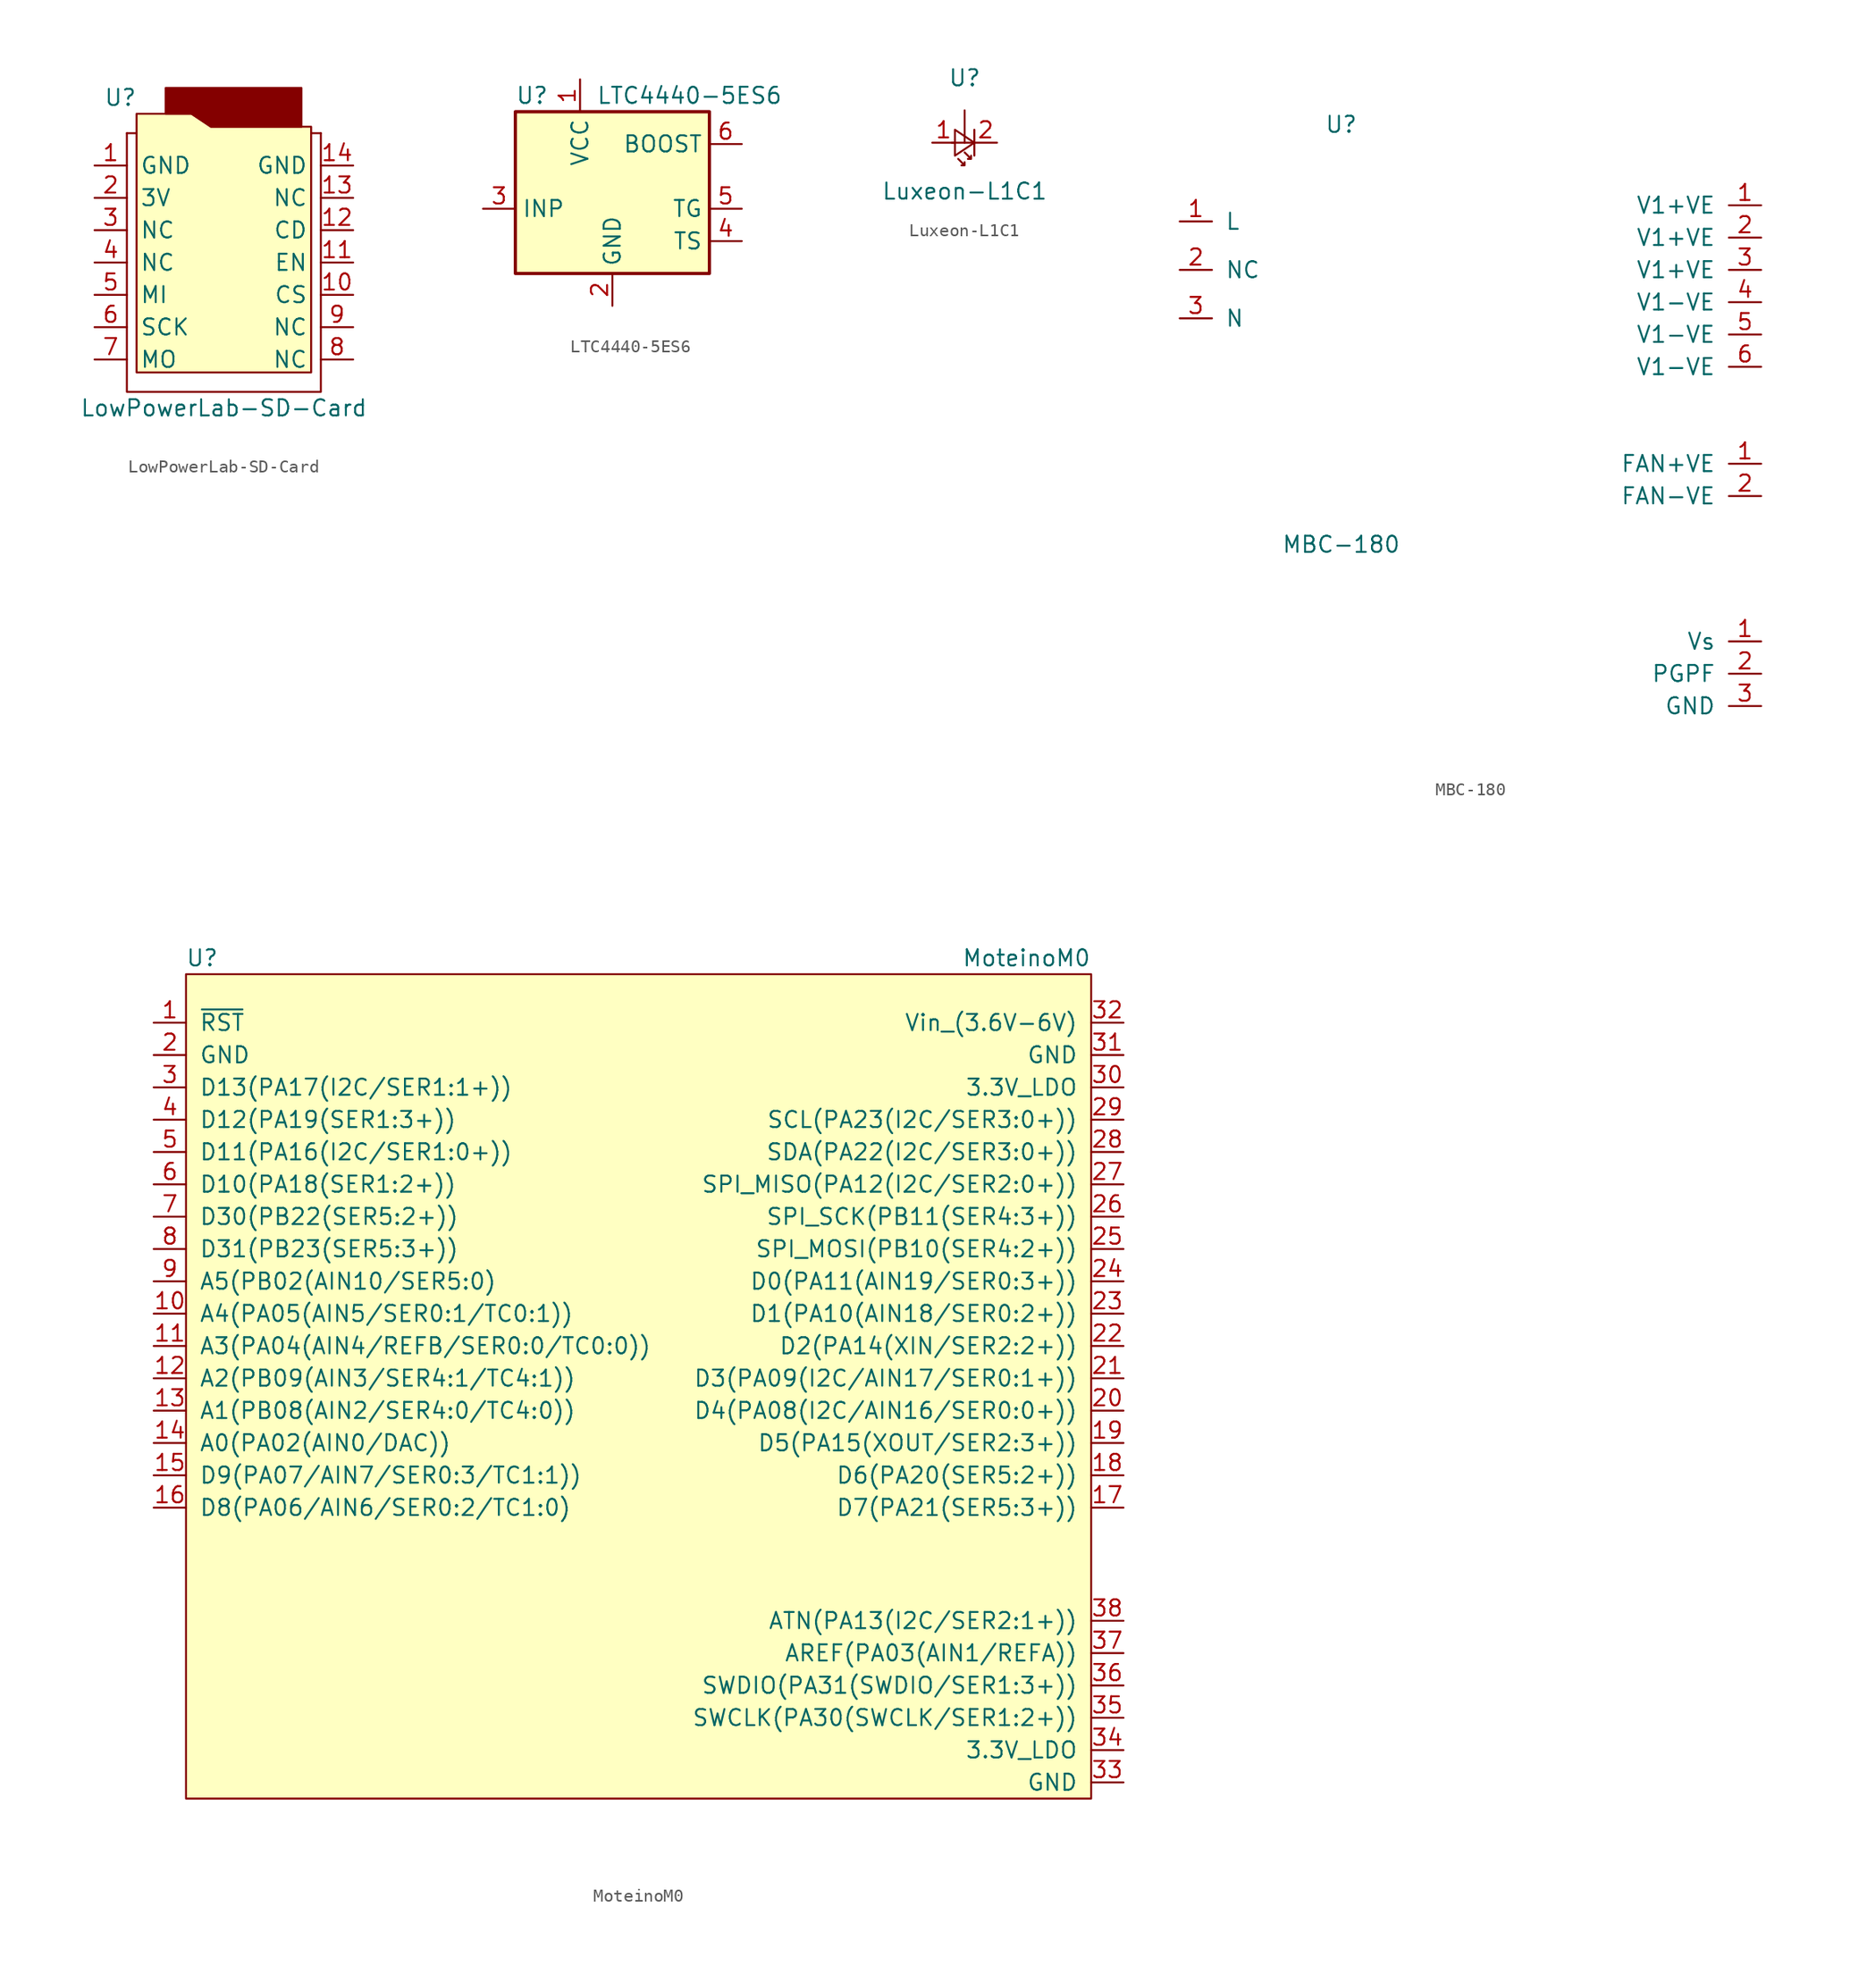
<source format=kicad_sym>
(kicad_symbol_lib
  (version 20211014)
  (generator kicad_symbol_editor)
  (symbol "LowPowerLab-SD-Card"
    (pin_names
      (offset 1.016))
    (property "Reference" "U"
      (at -8.128 12.954 0)
      (effects (font (size 1.27 1.27))))
    (property "Value" "LowPowerLab-SD-Card"
      (at 0 -11.43 0)
      (effects (font (size 1.27 1.27))))
    (symbol "LowPowerLab-SD-Card_0_1"
      (polyline (pts (xy -7.62 10.16) (xy -6.858 10.16)) (stroke (width 0) (type default) (color 0 0 0 0)) (fill (type none)))
      (polyline (pts (xy 7.62 10.16) (xy 6.858 10.16)) (stroke (width 0) (type default) (color 0 0 0 0)) (fill (type none)))
      (polyline (pts (xy -7.62 10.16) (xy -7.62 -10.16) (xy 7.62 -10.16) (xy 7.62 10.16)) (stroke (width 0) (type default) (color 0 0 0 0)) (fill (type none)))
      (polyline (pts (xy -4.572 11.684) (xy -4.572 13.716) (xy 6.096 13.716) (xy 6.096 10.668) (xy -1.016 10.668) (xy -2.54 11.684) (xy -4.572 11.684)) (stroke (width 0) (type default) (color 0 0 0 0)) (fill (type outline)))
      (polyline (pts (xy -6.858 10.16) (xy -6.858 11.684) (xy -2.54 11.684) (xy -1.016 10.668) (xy 6.858 10.668) (xy 6.858 -8.636) (xy -6.858 -8.636) (xy -6.858 10.16)) (stroke (width 0) (type default) (color 0 0 0 0)) (fill (type background))))
    (symbol "LowPowerLab-SD-Card_1_1"
      (pin input line (at -10.16 7.62 0) (length 2.54) (name "GND" (effects (font (size 1.27 1.27)))) (number "1" (effects (font (size 1.27 1.27)))))
      (pin input line (at 10.16 -2.54 180) (length 2.54) (name "CS" (effects (font (size 1.27 1.27)))) (number "10" (effects (font (size 1.27 1.27)))))
      (pin input line (at 10.16 0 180) (length 2.54) (name "EN" (effects (font (size 1.27 1.27)))) (number "11" (effects (font (size 1.27 1.27)))))
      (pin input line (at 10.16 2.54 180) (length 2.54) (name "CD" (effects (font (size 1.27 1.27)))) (number "12" (effects (font (size 1.27 1.27)))))
      (pin input line (at 10.16 5.08 180) (length 2.54) (name "NC" (effects (font (size 1.27 1.27)))) (number "13" (effects (font (size 1.27 1.27)))))
      (pin input line (at 10.16 7.62 180) (length 2.54) (name "GND" (effects (font (size 1.27 1.27)))) (number "14" (effects (font (size 1.27 1.27)))))
      (pin input line (at -10.16 5.08 0) (length 2.54) (name "3V" (effects (font (size 1.27 1.27)))) (number "2" (effects (font (size 1.27 1.27)))))
      (pin input line (at -10.16 2.54 0) (length 2.54) (name "NC" (effects (font (size 1.27 1.27)))) (number "3" (effects (font (size 1.27 1.27)))))
      (pin input line (at -10.16 0 0) (length 2.54) (name "NC" (effects (font (size 1.27 1.27)))) (number "4" (effects (font (size 1.27 1.27)))))
      (pin input line (at -10.16 -2.54 0) (length 2.54) (name "MI" (effects (font (size 1.27 1.27)))) (number "5" (effects (font (size 1.27 1.27)))))
      (pin input line (at -10.16 -5.08 0) (length 2.54) (name "SCK" (effects (font (size 1.27 1.27)))) (number "6" (effects (font (size 1.27 1.27)))))
      (pin input line (at -10.16 -7.62 0) (length 2.54) (name "MO" (effects (font (size 1.27 1.27)))) (number "7" (effects (font (size 1.27 1.27)))))
      (pin input line (at 10.16 -7.62 180) (length 2.54) (name "NC" (effects (font (size 1.27 1.27)))) (number "8" (effects (font (size 1.27 1.27)))))
      (pin input line (at 10.16 -5.08 180) (length 2.54) (name "NC" (effects (font (size 1.27 1.27)))) (number "9" (effects (font (size 1.27 1.27)))))))
  (symbol "LTC4440-5ES6"
    (property "Reference" "U"
      (at -7.62 8.89 0)
      (effects (font (size 1.27 1.27)) (justify left)))
    (property "Value" "LTC4440-5ES6"
      (at -1.27 8.89 0)
      (effects (font (size 1.27 1.27)) (justify left)))
    (symbol "LTC4440-5ES6_0_1"
      (rectangle (start -7.62 7.62) (end 7.62 -5.08) (stroke (width 0.254) (type default) (color 0 0 0 0)) (fill (type background))))
    (symbol "LTC4440-5ES6_1_1"
      (pin power_in line (at -2.54 10.16 270) (length 2.54) (name "VCC" (effects (font (size 1.27 1.27)))) (number "1" (effects (font (size 1.27 1.27)))))
      (pin power_in line (at 0 -7.62 90) (length 2.54) (name "GND" (effects (font (size 1.27 1.27)))) (number "2" (effects (font (size 1.27 1.27)))))
      (pin input line (at -10.16 0 0) (length 2.54) (name "INP" (effects (font (size 1.27 1.27)))) (number "3" (effects (font (size 1.27 1.27)))))
      (pin input line (at 10.16 -2.54 180) (length 2.54) (name "TS" (effects (font (size 1.27 1.27)))) (number "4" (effects (font (size 1.27 1.27)))))
      (pin output line (at 10.16 0 180) (length 2.54) (name "TG" (effects (font (size 1.27 1.27)))) (number "5" (effects (font (size 1.27 1.27)))))
      (pin input line (at 10.16 5.08 180) (length 2.54) (name "BOOST" (effects (font (size 1.27 1.27)))) (number "6" (effects (font (size 1.27 1.27)))))))
  (symbol "Luxeon-L1C1"
    (pin_names
      (offset 1.016))
    (property "Reference" "U"
      (at 0 5.08 0)
      (effects (font (size 1.27 1.27))))
    (property "Value" "Luxeon-L1C1"
      (at 0 -3.81 0)
      (effects (font (size 1.27 1.27))))
    (symbol "Luxeon-L1C1_1_1"
      (polyline (pts (xy -1.016 0) (xy 0.762 0)) (stroke (width 0) (type default) (color 0 0 0 0)) (fill (type none)))
      (polyline (pts (xy 0.762 1.016) (xy 0.762 -1.016)) (stroke (width 0) (type default) (color 0 0 0 0)) (fill (type none)))
      (polyline (pts (xy -0.762 1.016) (xy 0.762 0) (xy -0.762 -1.016) (xy -0.762 1.016)) (stroke (width 0) (type default) (color 0 0 0 0)) (fill (type none)))
      (polyline (pts (xy -0.508 -1.27) (xy 0 -1.778) (xy -0.254 -1.778) (xy 0 -1.778) (xy 0 -1.524)) (stroke (width 0) (type default) (color 0 0 0 0)) (fill (type none)))
      (polyline (pts (xy 0 -0.762) (xy 0.508 -1.27) (xy 0.254 -1.27) (xy 0.508 -1.27) (xy 0.508 -1.016)) (stroke (width 0) (type default) (color 0 0 0 0)) (fill (type none)))
      (pin passive line (at -2.54 0 0) (length 1.778) (name "A" (effects (font (size 0 0)))) (number "1" (effects (font (size 1.27 1.27)))))
      (pin passive line (at 2.54 0 180) (length 1.778) (name "K" (effects (font (size 0 0)))) (number "2" (effects (font (size 1.27 1.27)))))
      (pin output line (at 0 2.54 270) (length 2.54) (name "THERM" (effects (font (size 0 0)))) (number "3" (effects (font (size 0 0)))))))
  (symbol "MBC-180"
    (pin_names
      (offset 1.016))
    (property "Reference" "U"
      (at 0 16.51 0)
      (effects (font (size 1.27 1.27))))
    (property "Value" "MBC-180"
      (at 0 -16.51 0)
      (effects (font (size 1.27 1.27))))
    (symbol "MBC-180_1_1"
      (pin input line (at 33.02 -10.16 180) (length 2.54) (name "FAN+VE" (effects (font (size 1.27 1.27)))) (number "1" (effects (font (size 1.27 1.27)))))
      (pin input line (at -12.7 8.89 0) (length 2.54) (name "L" (effects (font (size 1.27 1.27)))) (number "1" (effects (font (size 1.27 1.27)))))
      (pin input line (at 33.02 10.16 180) (length 2.54) (name "V1+VE" (effects (font (size 1.27 1.27)))) (number "1" (effects (font (size 1.27 1.27)))))
      (pin input line (at 33.02 -24.13 180) (length 2.54) (name "Vs" (effects (font (size 1.27 1.27)))) (number "1" (effects (font (size 1.27 1.27)))))
      (pin input line (at 33.02 -12.7 180) (length 2.54) (name "FAN-VE" (effects (font (size 1.27 1.27)))) (number "2" (effects (font (size 1.27 1.27)))))
      (pin input line (at -12.7 5.08 0) (length 2.54) (name "NC" (effects (font (size 1.27 1.27)))) (number "2" (effects (font (size 1.27 1.27)))))
      (pin input line (at 33.02 -26.67 180) (length 2.54) (name "PGPF" (effects (font (size 1.27 1.27)))) (number "2" (effects (font (size 1.27 1.27)))))
      (pin input line (at 33.02 7.62 180) (length 2.54) (name "V1+VE" (effects (font (size 1.27 1.27)))) (number "2" (effects (font (size 1.27 1.27)))))
      (pin input line (at 33.02 -29.21 180) (length 2.54) (name "GND" (effects (font (size 1.27 1.27)))) (number "3" (effects (font (size 1.27 1.27)))))
      (pin input line (at -12.7 1.27 0) (length 2.54) (name "N" (effects (font (size 1.27 1.27)))) (number "3" (effects (font (size 1.27 1.27)))))
      (pin input line (at 33.02 5.08 180) (length 2.54) (name "V1+VE" (effects (font (size 1.27 1.27)))) (number "3" (effects (font (size 1.27 1.27)))))
      (pin input line (at 33.02 2.54 180) (length 2.54) (name "V1-VE" (effects (font (size 1.27 1.27)))) (number "4" (effects (font (size 1.27 1.27)))))
      (pin input line (at 33.02 0 180) (length 2.54) (name "V1-VE" (effects (font (size 1.27 1.27)))) (number "5" (effects (font (size 1.27 1.27)))))
      (pin input line (at 33.02 -2.54 180) (length 2.54) (name "V1-VE" (effects (font (size 1.27 1.27)))) (number "6" (effects (font (size 1.27 1.27)))))))
  (symbol "MoteinoM0"
    (pin_names
      (offset 1.016))
    (property "Reference" "U"
      (at -15.24 26.67 0)
      (effects (font (size 1.27 1.27))))
    (property "Value" "MoteinoM0"
      (at 49.53 26.67 0)
      (effects (font (size 1.27 1.27))))
    (symbol "MoteinoM0_0_1"
      (rectangle (start -16.51 25.4) (end 54.61 -39.37) (stroke (width 0) (type default) (color 0 0 0 0)) (fill (type background))))
    (symbol "MoteinoM0_1_1"
      (pin bidirectional line (at -19.05 21.59 0) (length 2.54) (name "~{RST}" (effects (font (size 1.27 1.27)))) (number "1" (effects (font (size 1.27 1.27)))))
      (pin bidirectional line (at -19.05 -1.27 0) (length 2.54) (name "A4(PA05(AIN5/SER0:1/TC0:1))" (effects (font (size 1.27 1.27)))) (number "10" (effects (font (size 1.27 1.27)))))
      (pin bidirectional line (at -19.05 -3.81 0) (length 2.54) (name "A3(PA04(AIN4/REFB/SER0:0/TC0:0))" (effects (font (size 1.27 1.27)))) (number "11" (effects (font (size 1.27 1.27)))))
      (pin bidirectional line (at -19.05 -6.35 0) (length 2.54) (name "A2(PB09(AIN3/SER4:1/TC4:1))" (effects (font (size 1.27 1.27)))) (number "12" (effects (font (size 1.27 1.27)))))
      (pin bidirectional line (at -19.05 -8.89 0) (length 2.54) (name "A1(PB08(AIN2/SER4:0/TC4:0))" (effects (font (size 1.27 1.27)))) (number "13" (effects (font (size 1.27 1.27)))))
      (pin bidirectional line (at -19.05 -11.43 0) (length 2.54) (name "A0(PA02(AIN0/DAC))" (effects (font (size 1.27 1.27)))) (number "14" (effects (font (size 1.27 1.27)))))
      (pin bidirectional line (at -19.05 -13.97 0) (length 2.54) (name "D9(PA07/AIN7/SER0:3/TC1:1))" (effects (font (size 1.27 1.27)))) (number "15" (effects (font (size 1.27 1.27)))))
      (pin bidirectional line (at -19.05 -16.51 0) (length 2.54) (name "D8(PA06/AIN6/SER0:2/TC1:0)" (effects (font (size 1.27 1.27)))) (number "16" (effects (font (size 1.27 1.27)))))
      (pin bidirectional line (at 57.15 -16.51 180) (length 2.54) (name "D7(PA21(SER5:3+))" (effects (font (size 1.27 1.27)))) (number "17" (effects (font (size 1.27 1.27)))))
      (pin bidirectional line (at 57.15 -13.97 180) (length 2.54) (name "D6(PA20(SER5:2+))" (effects (font (size 1.27 1.27)))) (number "18" (effects (font (size 1.27 1.27)))))
      (pin bidirectional line (at 57.15 -11.43 180) (length 2.54) (name "D5(PA15(XOUT/SER2:3+))" (effects (font (size 1.27 1.27)))) (number "19" (effects (font (size 1.27 1.27)))))
      (pin bidirectional line (at -19.05 19.05 0) (length 2.54) (name "GND" (effects (font (size 1.27 1.27)))) (number "2" (effects (font (size 1.27 1.27)))))
      (pin bidirectional line (at 57.15 -8.89 180) (length 2.54) (name "D4(PA08(I2C/AIN16/SER0:0+))" (effects (font (size 1.27 1.27)))) (number "20" (effects (font (size 1.27 1.27)))))
      (pin bidirectional line (at 57.15 -6.35 180) (length 2.54) (name "D3(PA09(I2C/AIN17/SER0:1+))" (effects (font (size 1.27 1.27)))) (number "21" (effects (font (size 1.27 1.27)))))
      (pin bidirectional line (at 57.15 -3.81 180) (length 2.54) (name "D2(PA14(XIN/SER2:2+))" (effects (font (size 1.27 1.27)))) (number "22" (effects (font (size 1.27 1.27)))))
      (pin bidirectional line (at 57.15 -1.27 180) (length 2.54) (name "D1(PA10(AIN18/SER0:2+))" (effects (font (size 1.27 1.27)))) (number "23" (effects (font (size 1.27 1.27)))))
      (pin bidirectional line (at 57.15 1.27 180) (length 2.54) (name "D0(PA11(AIN19/SER0:3+))" (effects (font (size 1.27 1.27)))) (number "24" (effects (font (size 1.27 1.27)))))
      (pin bidirectional line (at 57.15 3.81 180) (length 2.54) (name "SPI_MOSI(PB10(SER4:2+))" (effects (font (size 1.27 1.27)))) (number "25" (effects (font (size 1.27 1.27)))))
      (pin bidirectional line (at 57.15 6.35 180) (length 2.54) (name "SPI_SCK(PB11(SER4:3+))" (effects (font (size 1.27 1.27)))) (number "26" (effects (font (size 1.27 1.27)))))
      (pin bidirectional line (at 57.15 8.89 180) (length 2.54) (name "SPI_MISO(PA12(I2C/SER2:0+))" (effects (font (size 1.27 1.27)))) (number "27" (effects (font (size 1.27 1.27)))))
      (pin bidirectional line (at 57.15 11.43 180) (length 2.54) (name "SDA(PA22(I2C/SER3:0+))" (effects (font (size 1.27 1.27)))) (number "28" (effects (font (size 1.27 1.27)))))
      (pin bidirectional line (at 57.15 13.97 180) (length 2.54) (name "SCL(PA23(I2C/SER3:0+))" (effects (font (size 1.27 1.27)))) (number "29" (effects (font (size 1.27 1.27)))))
      (pin bidirectional line (at -19.05 16.51 0) (length 2.54) (name "D13(PA17(I2C/SER1:1+))" (effects (font (size 1.27 1.27)))) (number "3" (effects (font (size 1.27 1.27)))))
      (pin bidirectional line (at 57.15 16.51 180) (length 2.54) (name "3.3V_LDO" (effects (font (size 1.27 1.27)))) (number "30" (effects (font (size 1.27 1.27)))))
      (pin bidirectional line (at 57.15 19.05 180) (length 2.54) (name "GND" (effects (font (size 1.27 1.27)))) (number "31" (effects (font (size 1.27 1.27)))))
      (pin bidirectional line (at 57.15 21.59 180) (length 2.54) (name "Vin_(3.6V-6V)" (effects (font (size 1.27 1.27)))) (number "32" (effects (font (size 1.27 1.27)))))
      (pin bidirectional line (at 57.15 -38.1 180) (length 2.54) (name "GND" (effects (font (size 1.27 1.27)))) (number "33" (effects (font (size 1.27 1.27)))))
      (pin bidirectional line (at 57.15 -35.56 180) (length 2.54) (name "3.3V_LDO" (effects (font (size 1.27 1.27)))) (number "34" (effects (font (size 1.27 1.27)))))
      (pin bidirectional line (at 57.15 -33.02 180) (length 2.54) (name "SWCLK(PA30(SWCLK/SER1:2+))" (effects (font (size 1.27 1.27)))) (number "35" (effects (font (size 1.27 1.27)))))
      (pin bidirectional line (at 57.15 -30.48 180) (length 2.54) (name "SWDIO(PA31(SWDIO/SER1:3+))" (effects (font (size 1.27 1.27)))) (number "36" (effects (font (size 1.27 1.27)))))
      (pin bidirectional line (at 57.15 -27.94 180) (length 2.54) (name "AREF(PA03(AIN1/REFA))" (effects (font (size 1.27 1.27)))) (number "37" (effects (font (size 1.27 1.27)))))
      (pin bidirectional line (at 57.15 -25.4 180) (length 2.54) (name "ATN(PA13(I2C/SER2:1+))" (effects (font (size 1.27 1.27)))) (number "38" (effects (font (size 1.27 1.27)))))
      (pin bidirectional line (at -19.05 13.97 0) (length 2.54) (name "D12(PA19(SER1:3+))" (effects (font (size 1.27 1.27)))) (number "4" (effects (font (size 1.27 1.27)))))
      (pin bidirectional line (at -19.05 11.43 0) (length 2.54) (name "D11(PA16(I2C/SER1:0+))" (effects (font (size 1.27 1.27)))) (number "5" (effects (font (size 1.27 1.27)))))
      (pin bidirectional line (at -19.05 8.89 0) (length 2.54) (name "D10(PA18(SER1:2+))" (effects (font (size 1.27 1.27)))) (number "6" (effects (font (size 1.27 1.27)))))
      (pin bidirectional line (at -19.05 6.35 0) (length 2.54) (name "D30(PB22(SER5:2+))" (effects (font (size 1.27 1.27)))) (number "7" (effects (font (size 1.27 1.27)))))
      (pin bidirectional line (at -19.05 3.81 0) (length 2.54) (name "D31(PB23(SER5:3+))" (effects (font (size 1.27 1.27)))) (number "8" (effects (font (size 1.27 1.27)))))
      (pin bidirectional line (at -19.05 1.27 0) (length 2.54) (name "A5(PB02(AIN10/SER5:0)" (effects (font (size 1.27 1.27)))) (number "9" (effects (font (size 1.27 1.27))))))))
</source>
